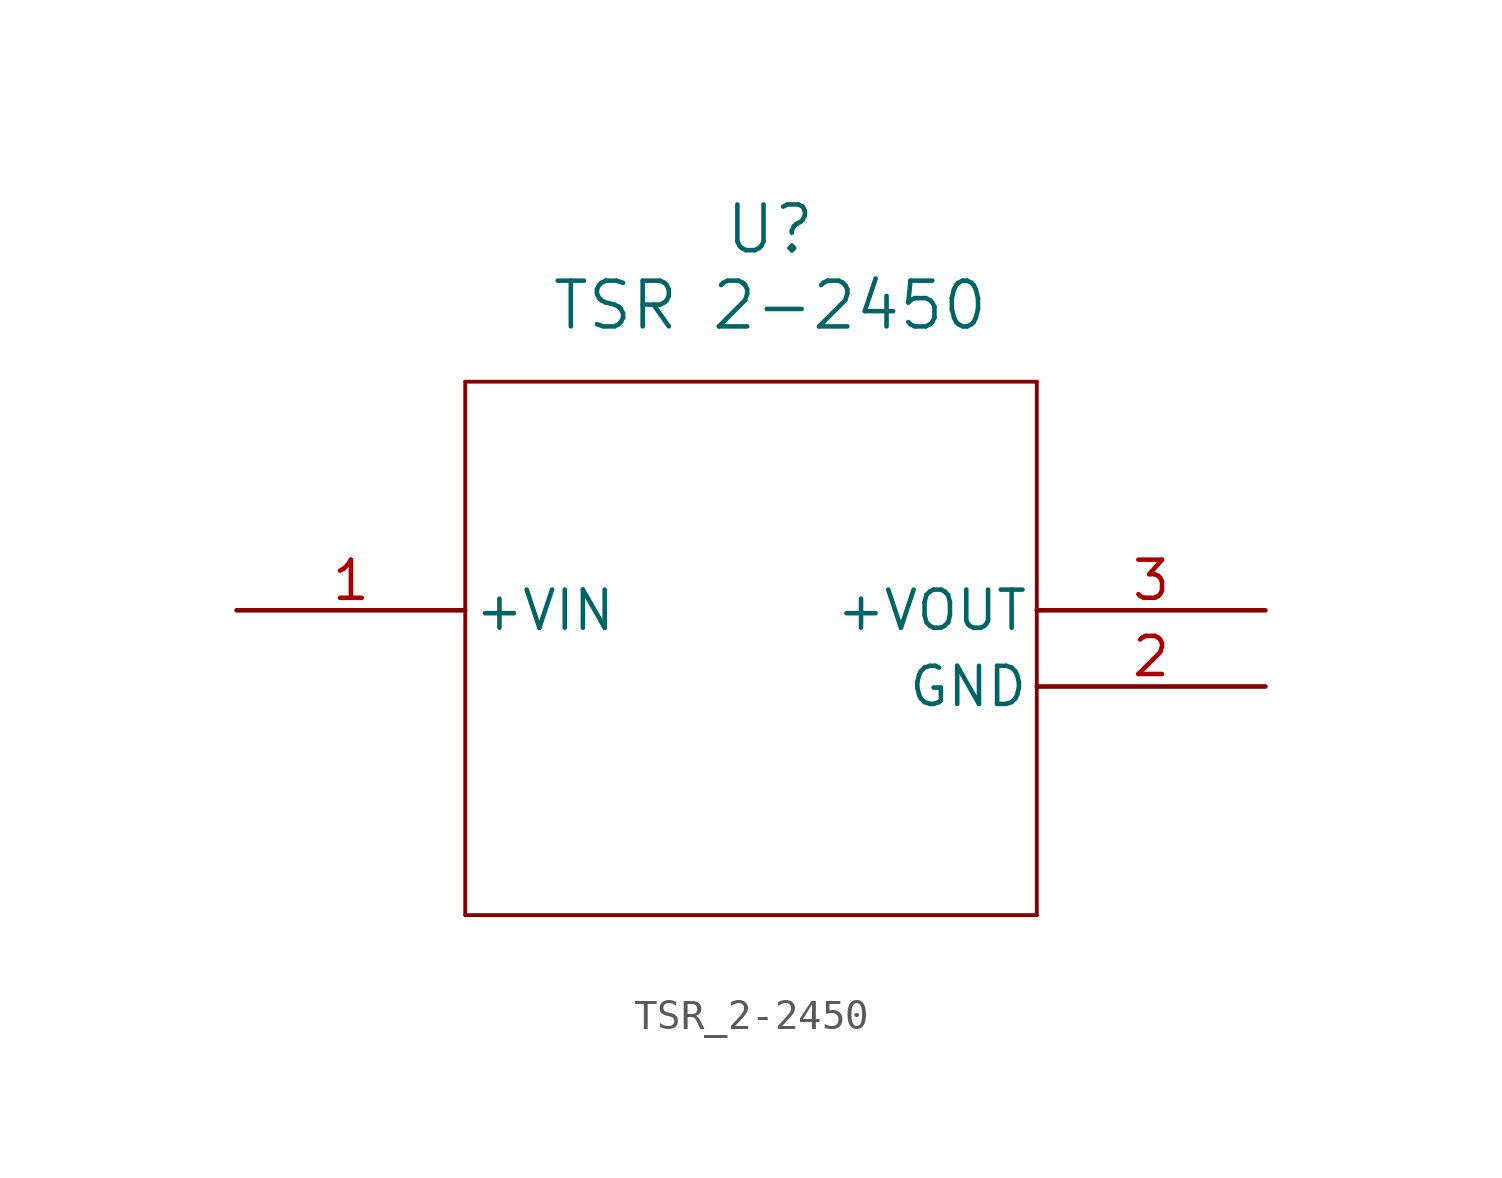
<source format=kicad_sym>
(kicad_symbol_lib
  (version 20220914)
  (generator kicad_symbol_editor)
  (symbol "TSR_2-2450"
    (pin_names
      (offset 0.254))
    (property "Reference" "U"
      (at 17.78 12.7 0)
      (effects (font (size 1.524 1.524))))
    (property "Value" "TSR 2-2450"
      (at 17.78 10.16 0)
      (effects (font (size 1.524 1.524))))
    (property "ki_locked" ""
      (at 0 0 0)
      (effects (font (size 1.27 1.27))))
    (symbol "TSR_2-2450_0_1"
      (polyline (pts (xy 7.62 -10.16) (xy 26.67 -10.16)) (stroke (width 0.127) (type default)) (fill (type none)))
      (polyline (pts (xy 7.62 7.62) (xy 7.62 -10.16)) (stroke (width 0.127) (type default)) (fill (type none)))
      (polyline (pts (xy 26.67 -10.16) (xy 26.67 7.62)) (stroke (width 0.127) (type default)) (fill (type none)))
      (polyline (pts (xy 26.67 7.62) (xy 7.62 7.62)) (stroke (width 0.127) (type default)) (fill (type none)))
      (pin power_in line (at 0 0 0) (length 7.62) (name "+VIN" (effects (font (size 1.27 1.27)))) (number "1" (effects (font (size 1.27 1.27)))))
      (pin power_out line (at 34.29 -2.54 180) (length 7.62) (name "GND" (effects (font (size 1.27 1.27)))) (number "2" (effects (font (size 1.27 1.27)))))
      (pin output line (at 34.29 0 180) (length 7.62) (name "+VOUT" (effects (font (size 1.27 1.27)))) (number "3" (effects (font (size 1.27 1.27))))))))
</source>
